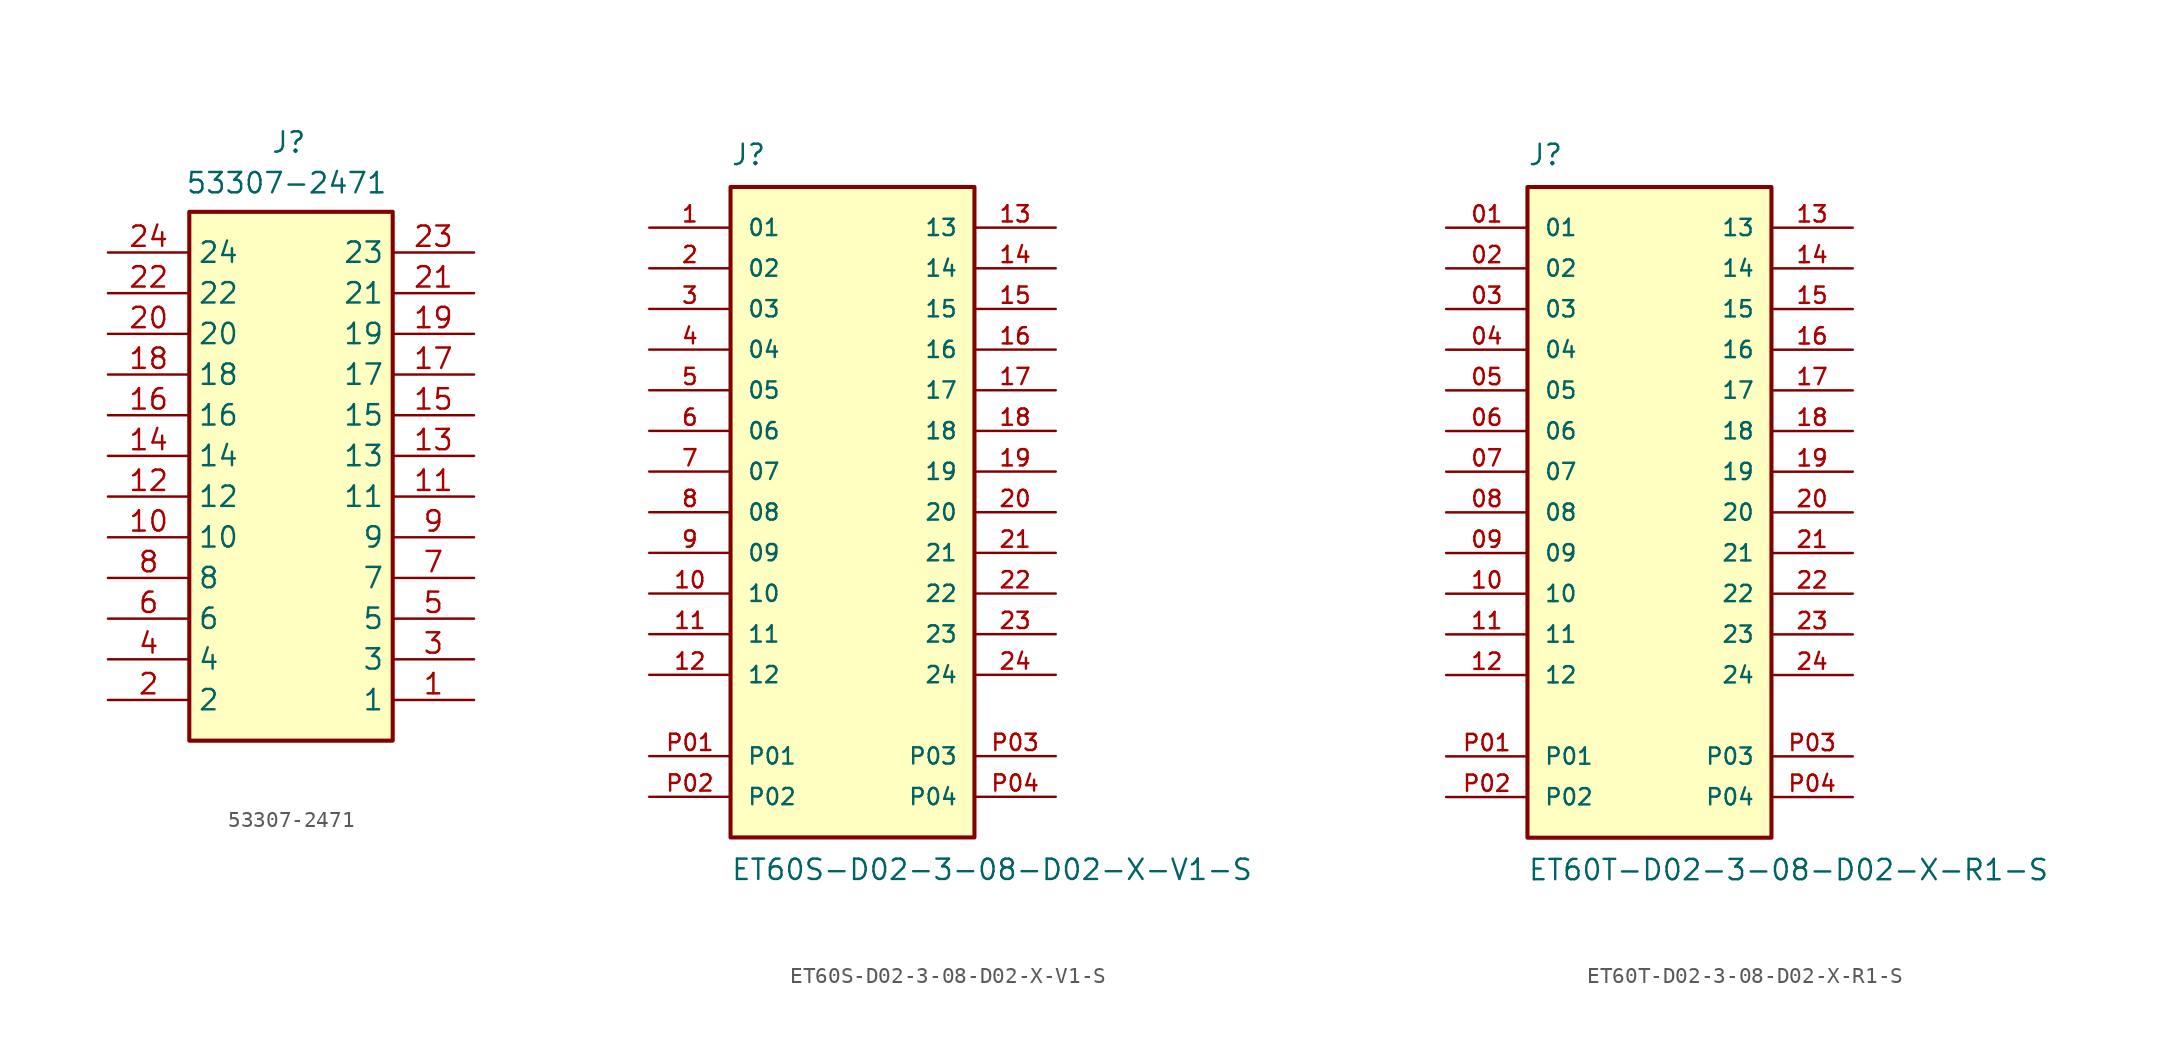
<source format=kicad_sym>
(kicad_symbol_lib
  (version 20241209)
  (generator "kicad_symbol_editor")
  (generator_version "9.0")
  (symbol "53307-2471"
    (property "Reference" "J"
      (at 10.16 7.62 0)
      (effects (font (size 1.27 1.27)) (justify left top)))
    (property "Value" "53307-2471"
      (at 4.826 5.08 0)
      (effects (font (size 1.27 1.27)) (justify left top)))
    (symbol "53307-2471_1_1"
      (rectangle (start 5.08 2.54) (end 17.78 -30.48) (stroke (width 0.254) (type default)) (fill (type background)))
      (pin passive line (at 0 0 0) (length 5.08) (name "24" (effects (font (size 1.27 1.27)))) (number "24" (effects (font (size 1.27 1.27)))))
      (pin passive line (at 0 -2.54 0) (length 5.08) (name "22" (effects (font (size 1.27 1.27)))) (number "22" (effects (font (size 1.27 1.27)))))
      (pin passive line (at 0 -5.08 0) (length 5.08) (name "20" (effects (font (size 1.27 1.27)))) (number "20" (effects (font (size 1.27 1.27)))))
      (pin passive line (at 0 -7.62 0) (length 5.08) (name "18" (effects (font (size 1.27 1.27)))) (number "18" (effects (font (size 1.27 1.27)))))
      (pin passive line (at 0 -10.16 0) (length 5.08) (name "16" (effects (font (size 1.27 1.27)))) (number "16" (effects (font (size 1.27 1.27)))))
      (pin passive line (at 0 -12.7 0) (length 5.08) (name "14" (effects (font (size 1.27 1.27)))) (number "14" (effects (font (size 1.27 1.27)))))
      (pin passive line (at 0 -15.24 0) (length 5.08) (name "12" (effects (font (size 1.27 1.27)))) (number "12" (effects (font (size 1.27 1.27)))))
      (pin passive line (at 0 -17.78 0) (length 5.08) (name "10" (effects (font (size 1.27 1.27)))) (number "10" (effects (font (size 1.27 1.27)))))
      (pin passive line (at 0 -20.32 0) (length 5.08) (name "8" (effects (font (size 1.27 1.27)))) (number "8" (effects (font (size 1.27 1.27)))))
      (pin passive line (at 0 -22.86 0) (length 5.08) (name "6" (effects (font (size 1.27 1.27)))) (number "6" (effects (font (size 1.27 1.27)))))
      (pin passive line (at 0 -25.4 0) (length 5.08) (name "4" (effects (font (size 1.27 1.27)))) (number "4" (effects (font (size 1.27 1.27)))))
      (pin passive line (at 0 -27.94 0) (length 5.08) (name "2" (effects (font (size 1.27 1.27)))) (number "2" (effects (font (size 1.27 1.27)))))
      (pin passive line (at 22.86 0 180) (length 5.08) (name "23" (effects (font (size 1.27 1.27)))) (number "23" (effects (font (size 1.27 1.27)))))
      (pin passive line (at 22.86 -2.54 180) (length 5.08) (name "21" (effects (font (size 1.27 1.27)))) (number "21" (effects (font (size 1.27 1.27)))))
      (pin passive line (at 22.86 -5.08 180) (length 5.08) (name "19" (effects (font (size 1.27 1.27)))) (number "19" (effects (font (size 1.27 1.27)))))
      (pin passive line (at 22.86 -7.62 180) (length 5.08) (name "17" (effects (font (size 1.27 1.27)))) (number "17" (effects (font (size 1.27 1.27)))))
      (pin passive line (at 22.86 -10.16 180) (length 5.08) (name "15" (effects (font (size 1.27 1.27)))) (number "15" (effects (font (size 1.27 1.27)))))
      (pin passive line (at 22.86 -12.7 180) (length 5.08) (name "13" (effects (font (size 1.27 1.27)))) (number "13" (effects (font (size 1.27 1.27)))))
      (pin passive line (at 22.86 -15.24 180) (length 5.08) (name "11" (effects (font (size 1.27 1.27)))) (number "11" (effects (font (size 1.27 1.27)))))
      (pin passive line (at 22.86 -17.78 180) (length 5.08) (name "9" (effects (font (size 1.27 1.27)))) (number "9" (effects (font (size 1.27 1.27)))))
      (pin passive line (at 22.86 -20.32 180) (length 5.08) (name "7" (effects (font (size 1.27 1.27)))) (number "7" (effects (font (size 1.27 1.27)))))
      (pin passive line (at 22.86 -22.86 180) (length 5.08) (name "5" (effects (font (size 1.27 1.27)))) (number "5" (effects (font (size 1.27 1.27)))))
      (pin passive line (at 22.86 -25.4 180) (length 5.08) (name "3" (effects (font (size 1.27 1.27)))) (number "3" (effects (font (size 1.27 1.27)))))
      (pin passive line (at 22.86 -27.94 180) (length 5.08) (name "1" (effects (font (size 1.27 1.27)))) (number "1" (effects (font (size 1.27 1.27)))))))
  (symbol "ET60S-D02-3-08-D02-X-V1-S"
    (pin_names
      (offset 1.016))
    (property "Reference" "J"
      (at -7.62 21.59 0)
      (effects (font (size 1.27 1.27)) (justify left bottom)))
    (property "Value" "ET60S-D02-3-08-D02-X-V1-S"
      (at -7.62 -21.59 0)
      (effects (font (size 1.27 1.27)) (justify left top)))
    (symbol "ET60S-D02-3-08-D02-X-V1-S_0_0"
      (rectangle (start -7.62 20.32) (end 7.62 -20.32) (stroke (width 0.254) (type default)) (fill (type background)))
      (pin passive line (at -12.7 17.78 0) (length 5.08) (name "01" (effects (font (size 1.016 1.016)))) (number "1" (effects (font (size 1.016 1.016)))))
      (pin passive line (at -12.7 15.24 0) (length 5.08) (name "02" (effects (font (size 1.016 1.016)))) (number "2" (effects (font (size 1.016 1.016)))))
      (pin passive line (at -12.7 12.7 0) (length 5.08) (name "03" (effects (font (size 1.016 1.016)))) (number "3" (effects (font (size 1.016 1.016)))))
      (pin passive line (at -12.7 10.16 0) (length 5.08) (name "04" (effects (font (size 1.016 1.016)))) (number "4" (effects (font (size 1.016 1.016)))))
      (pin passive line (at -12.7 7.62 0) (length 5.08) (name "05" (effects (font (size 1.016 1.016)))) (number "5" (effects (font (size 1.016 1.016)))))
      (pin passive line (at -12.7 5.08 0) (length 5.08) (name "06" (effects (font (size 1.016 1.016)))) (number "6" (effects (font (size 1.016 1.016)))))
      (pin passive line (at -12.7 2.54 0) (length 5.08) (name "07" (effects (font (size 1.016 1.016)))) (number "7" (effects (font (size 1.016 1.016)))))
      (pin passive line (at -12.7 0 0) (length 5.08) (name "08" (effects (font (size 1.016 1.016)))) (number "8" (effects (font (size 1.016 1.016)))))
      (pin passive line (at -12.7 -2.54 0) (length 5.08) (name "09" (effects (font (size 1.016 1.016)))) (number "9" (effects (font (size 1.016 1.016)))))
      (pin passive line (at -12.7 -5.08 0) (length 5.08) (name "10" (effects (font (size 1.016 1.016)))) (number "10" (effects (font (size 1.016 1.016)))))
      (pin passive line (at -12.7 -7.62 0) (length 5.08) (name "11" (effects (font (size 1.016 1.016)))) (number "11" (effects (font (size 1.016 1.016)))))
      (pin passive line (at -12.7 -10.16 0) (length 5.08) (name "12" (effects (font (size 1.016 1.016)))) (number "12" (effects (font (size 1.016 1.016)))))
      (pin passive line (at 12.7 17.78 180) (length 5.08) (name "13" (effects (font (size 1.016 1.016)))) (number "13" (effects (font (size 1.016 1.016)))))
      (pin passive line (at 12.7 15.24 180) (length 5.08) (name "14" (effects (font (size 1.016 1.016)))) (number "14" (effects (font (size 1.016 1.016)))))
      (pin passive line (at 12.7 12.7 180) (length 5.08) (name "15" (effects (font (size 1.016 1.016)))) (number "15" (effects (font (size 1.016 1.016)))))
      (pin passive line (at 12.7 10.16 180) (length 5.08) (name "16" (effects (font (size 1.016 1.016)))) (number "16" (effects (font (size 1.016 1.016)))))
      (pin passive line (at 12.7 7.62 180) (length 5.08) (name "17" (effects (font (size 1.016 1.016)))) (number "17" (effects (font (size 1.016 1.016)))))
      (pin passive line (at 12.7 5.08 180) (length 5.08) (name "18" (effects (font (size 1.016 1.016)))) (number "18" (effects (font (size 1.016 1.016)))))
      (pin passive line (at 12.7 2.54 180) (length 5.08) (name "19" (effects (font (size 1.016 1.016)))) (number "19" (effects (font (size 1.016 1.016)))))
      (pin passive line (at 12.7 0 180) (length 5.08) (name "20" (effects (font (size 1.016 1.016)))) (number "20" (effects (font (size 1.016 1.016)))))
      (pin passive line (at 12.7 -2.54 180) (length 5.08) (name "21" (effects (font (size 1.016 1.016)))) (number "21" (effects (font (size 1.016 1.016)))))
      (pin passive line (at 12.7 -5.08 180) (length 5.08) (name "22" (effects (font (size 1.016 1.016)))) (number "22" (effects (font (size 1.016 1.016)))))
      (pin passive line (at 12.7 -7.62 180) (length 5.08) (name "23" (effects (font (size 1.016 1.016)))) (number "23" (effects (font (size 1.016 1.016)))))
      (pin passive line (at 12.7 -10.16 180) (length 5.08) (name "24" (effects (font (size 1.016 1.016)))) (number "24" (effects (font (size 1.016 1.016))))))
    (symbol "ET60S-D02-3-08-D02-X-V1-S_1_0"
      (pin power_in line (at -12.7 -15.24 0) (length 5.08) (name "P01" (effects (font (size 1.016 1.016)))) (number "P01" (effects (font (size 1.016 1.016)))))
      (pin power_in line (at -12.7 -17.78 0) (length 5.08) (name "P02" (effects (font (size 1.016 1.016)))) (number "P02" (effects (font (size 1.016 1.016)))))
      (pin power_in line (at 12.7 -15.24 180) (length 5.08) (name "P03" (effects (font (size 1.016 1.016)))) (number "P03" (effects (font (size 1.016 1.016)))))
      (pin power_in line (at 12.7 -17.78 180) (length 5.08) (name "P04" (effects (font (size 1.016 1.016)))) (number "P04" (effects (font (size 1.016 1.016)))))))
  (symbol "ET60T-D02-3-08-D02-X-R1-S"
    (pin_names
      (offset 1.016))
    (property "Reference" "J"
      (at -7.62 21.59 0)
      (effects (font (size 1.27 1.27)) (justify left bottom)))
    (property "Value" "ET60T-D02-3-08-D02-X-R1-S"
      (at -7.62 -21.59 0)
      (effects (font (size 1.27 1.27)) (justify left top)))
    (symbol "ET60T-D02-3-08-D02-X-R1-S_0_0"
      (rectangle (start -7.62 20.32) (end 7.62 -20.32) (stroke (width 0.254) (type default)) (fill (type background)))
      (pin passive line (at -12.7 17.78 0) (length 5.08) (name "01" (effects (font (size 1.016 1.016)))) (number "01" (effects (font (size 1.016 1.016)))))
      (pin passive line (at -12.7 15.24 0) (length 5.08) (name "02" (effects (font (size 1.016 1.016)))) (number "02" (effects (font (size 1.016 1.016)))))
      (pin passive line (at -12.7 12.7 0) (length 5.08) (name "03" (effects (font (size 1.016 1.016)))) (number "03" (effects (font (size 1.016 1.016)))))
      (pin passive line (at -12.7 10.16 0) (length 5.08) (name "04" (effects (font (size 1.016 1.016)))) (number "04" (effects (font (size 1.016 1.016)))))
      (pin passive line (at -12.7 7.62 0) (length 5.08) (name "05" (effects (font (size 1.016 1.016)))) (number "05" (effects (font (size 1.016 1.016)))))
      (pin passive line (at -12.7 5.08 0) (length 5.08) (name "06" (effects (font (size 1.016 1.016)))) (number "06" (effects (font (size 1.016 1.016)))))
      (pin passive line (at -12.7 2.54 0) (length 5.08) (name "07" (effects (font (size 1.016 1.016)))) (number "07" (effects (font (size 1.016 1.016)))))
      (pin passive line (at -12.7 0 0) (length 5.08) (name "08" (effects (font (size 1.016 1.016)))) (number "08" (effects (font (size 1.016 1.016)))))
      (pin passive line (at -12.7 -2.54 0) (length 5.08) (name "09" (effects (font (size 1.016 1.016)))) (number "09" (effects (font (size 1.016 1.016)))))
      (pin passive line (at -12.7 -5.08 0) (length 5.08) (name "10" (effects (font (size 1.016 1.016)))) (number "10" (effects (font (size 1.016 1.016)))))
      (pin passive line (at -12.7 -7.62 0) (length 5.08) (name "11" (effects (font (size 1.016 1.016)))) (number "11" (effects (font (size 1.016 1.016)))))
      (pin passive line (at -12.7 -10.16 0) (length 5.08) (name "12" (effects (font (size 1.016 1.016)))) (number "12" (effects (font (size 1.016 1.016)))))
      (pin passive line (at 12.7 17.78 180) (length 5.08) (name "13" (effects (font (size 1.016 1.016)))) (number "13" (effects (font (size 1.016 1.016)))))
      (pin passive line (at 12.7 15.24 180) (length 5.08) (name "14" (effects (font (size 1.016 1.016)))) (number "14" (effects (font (size 1.016 1.016)))))
      (pin passive line (at 12.7 12.7 180) (length 5.08) (name "15" (effects (font (size 1.016 1.016)))) (number "15" (effects (font (size 1.016 1.016)))))
      (pin passive line (at 12.7 10.16 180) (length 5.08) (name "16" (effects (font (size 1.016 1.016)))) (number "16" (effects (font (size 1.016 1.016)))))
      (pin passive line (at 12.7 7.62 180) (length 5.08) (name "17" (effects (font (size 1.016 1.016)))) (number "17" (effects (font (size 1.016 1.016)))))
      (pin passive line (at 12.7 5.08 180) (length 5.08) (name "18" (effects (font (size 1.016 1.016)))) (number "18" (effects (font (size 1.016 1.016)))))
      (pin passive line (at 12.7 2.54 180) (length 5.08) (name "19" (effects (font (size 1.016 1.016)))) (number "19" (effects (font (size 1.016 1.016)))))
      (pin passive line (at 12.7 0 180) (length 5.08) (name "20" (effects (font (size 1.016 1.016)))) (number "20" (effects (font (size 1.016 1.016)))))
      (pin passive line (at 12.7 -2.54 180) (length 5.08) (name "21" (effects (font (size 1.016 1.016)))) (number "21" (effects (font (size 1.016 1.016)))))
      (pin passive line (at 12.7 -5.08 180) (length 5.08) (name "22" (effects (font (size 1.016 1.016)))) (number "22" (effects (font (size 1.016 1.016)))))
      (pin passive line (at 12.7 -7.62 180) (length 5.08) (name "23" (effects (font (size 1.016 1.016)))) (number "23" (effects (font (size 1.016 1.016)))))
      (pin passive line (at 12.7 -10.16 180) (length 5.08) (name "24" (effects (font (size 1.016 1.016)))) (number "24" (effects (font (size 1.016 1.016))))))
    (symbol "ET60T-D02-3-08-D02-X-R1-S_1_0"
      (pin power_in line (at -12.7 -15.24 0) (length 5.08) (name "P01" (effects (font (size 1.016 1.016)))) (number "P01" (effects (font (size 1.016 1.016)))))
      (pin power_in line (at -12.7 -17.78 0) (length 5.08) (name "P02" (effects (font (size 1.016 1.016)))) (number "P02" (effects (font (size 1.016 1.016)))))
      (pin power_in line (at 12.7 -15.24 180) (length 5.08) (name "P03" (effects (font (size 1.016 1.016)))) (number "P03" (effects (font (size 1.016 1.016)))))
      (pin power_in line (at 12.7 -17.78 180) (length 5.08) (name "P04" (effects (font (size 1.016 1.016)))) (number "P04" (effects (font (size 1.016 1.016))))))))
</source>
